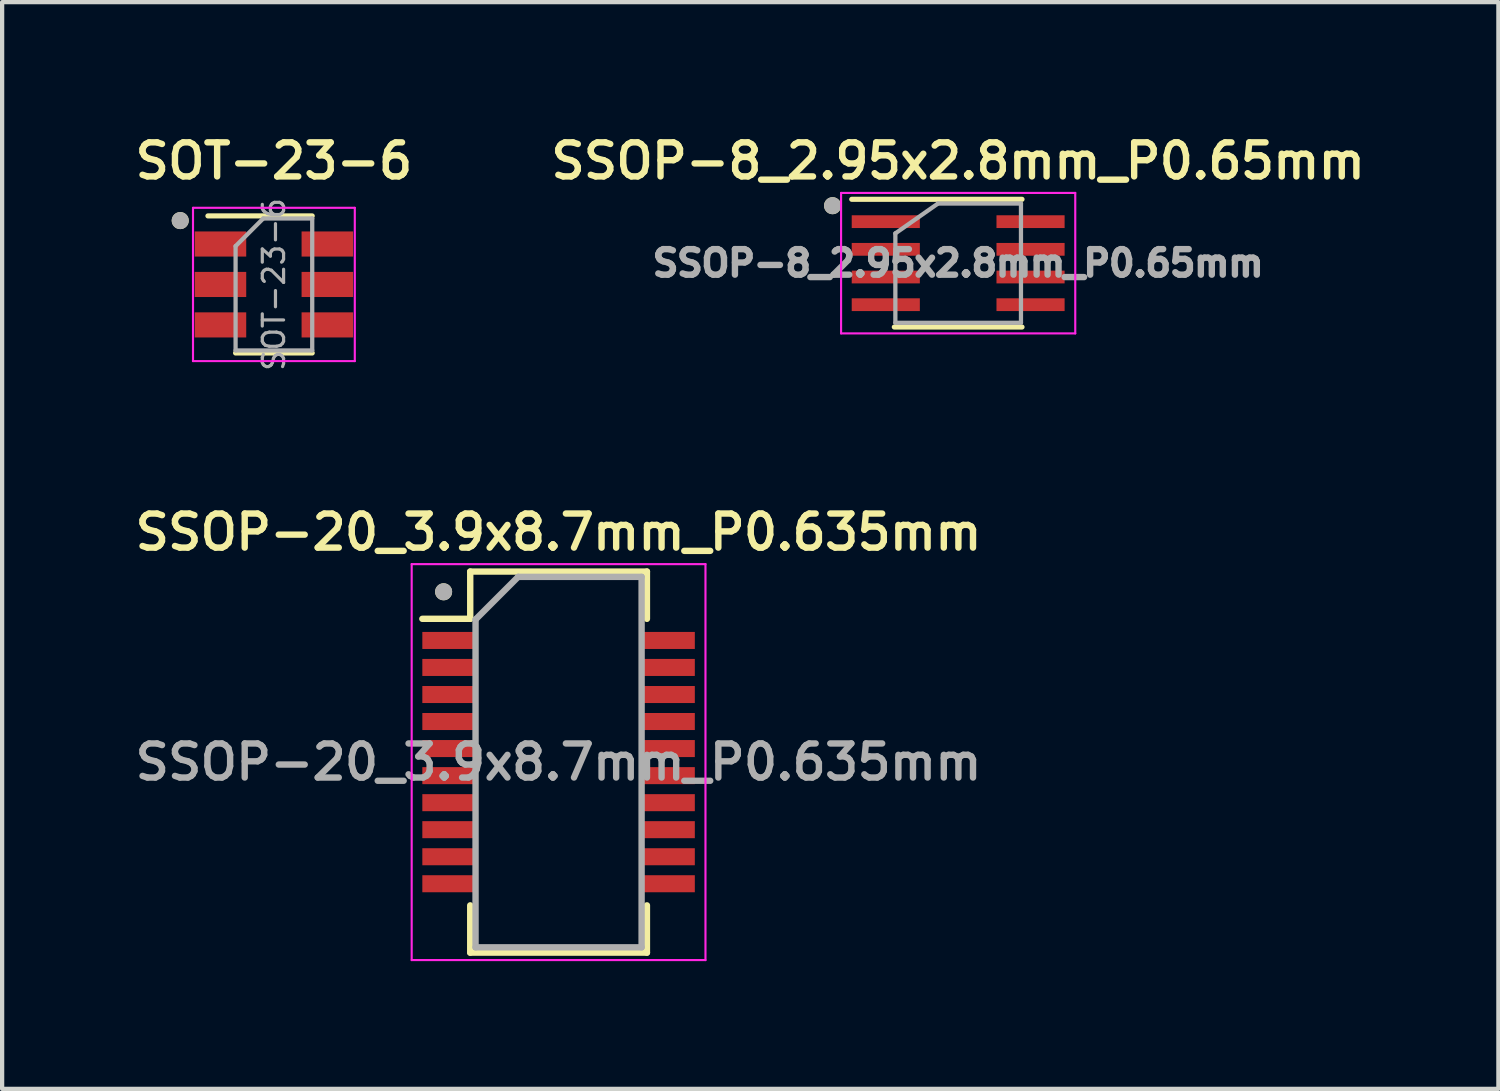
<source format=kicad_pcb>
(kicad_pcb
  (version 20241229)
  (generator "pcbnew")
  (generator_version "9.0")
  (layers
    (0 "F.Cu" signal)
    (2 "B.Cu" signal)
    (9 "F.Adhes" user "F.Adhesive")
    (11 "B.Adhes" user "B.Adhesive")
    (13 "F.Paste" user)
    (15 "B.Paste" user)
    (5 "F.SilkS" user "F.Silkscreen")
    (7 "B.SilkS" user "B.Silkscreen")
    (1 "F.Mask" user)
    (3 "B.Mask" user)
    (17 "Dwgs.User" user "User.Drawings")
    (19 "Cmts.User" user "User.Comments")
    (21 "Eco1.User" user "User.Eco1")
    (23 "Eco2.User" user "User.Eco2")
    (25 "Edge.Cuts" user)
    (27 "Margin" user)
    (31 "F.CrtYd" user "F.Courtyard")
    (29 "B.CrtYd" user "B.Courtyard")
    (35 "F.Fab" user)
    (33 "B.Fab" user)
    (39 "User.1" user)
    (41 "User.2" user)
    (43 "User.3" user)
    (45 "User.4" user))
  (footprint "SOT-23-6"
    (layer "F.Cu")
    (at 3.383 3.631)
    (property "Reference" "SOT-23-6" (at 0 -2.9 0) (layer "F.SilkS") (effects (font (size 0.8 0.8) (thickness 0.15))))
    (attr smd)
    (fp_line (start -0.9 1.61) (end 0.9 1.61) (stroke (width 0.12) (type solid)) (layer "F.SilkS"))
    (fp_line (start 0.9 -1.61) (end -1.55 -1.61) (stroke (width 0.12) (type solid)) (layer "F.SilkS"))
    (fp_circle (center -2.2 -1.5) (end -2.1 -1.5) (stroke (width 0.2) (type solid)) (fill no) (layer "F.SilkS"))
    (fp_line (start -1.9 -1.8) (end -1.9 1.8) (stroke (width 0.05) (type solid)) (layer "F.CrtYd"))
    (fp_line (start -1.9 1.8) (end 1.9 1.8) (stroke (width 0.05) (type solid)) (layer "F.CrtYd"))
    (fp_line (start 1.9 -1.8) (end -1.9 -1.8) (stroke (width 0.05) (type solid)) (layer "F.CrtYd"))
    (fp_line (start 1.9 1.8) (end 1.9 -1.8) (stroke (width 0.05) (type solid)) (layer "F.CrtYd"))
    (fp_line (start -0.9 -0.9) (end -0.9 1.55) (stroke (width 0.1) (type solid)) (layer "F.Fab"))
    (fp_line (start -0.9 -0.9) (end -0.25 -1.55) (stroke (width 0.1) (type solid)) (layer "F.Fab"))
    (fp_line (start 0.9 -1.55) (end -0.25 -1.55) (stroke (width 0.1) (type solid)) (layer "F.Fab"))
    (fp_line (start 0.9 -1.55) (end 0.9 1.55) (stroke (width 0.1) (type solid)) (layer "F.Fab"))
    (fp_line (start 0.9 1.55) (end -0.9 1.55) (stroke (width 0.1) (type solid)) (layer "F.Fab"))
    (fp_circle (center -2.2 -1.5) (end -2.1 -1.5) (stroke (width 0.2) (type solid)) (fill no) (layer "F.Fab"))
    (fp_text user "${REFERENCE}" (at 0 0 90) (layer "F.Fab") (effects (font (size 0.5 0.5) (thickness 0.075))))
    (pad "1" smd rect (at -1.255 -0.95) (size 1.21 0.59) (layers "F.Cu" "F.Mask" "F.Paste"))
    (pad "2" smd rect (at -1.255 0) (size 1.21 0.59) (layers "F.Cu" "F.Mask" "F.Paste"))
    (pad "3" smd rect (at -1.255 0.95) (size 1.21 0.59) (layers "F.Cu" "F.Mask" "F.Paste"))
    (pad "4" smd rect (at 1.255 0.95) (size 1.21 0.59) (layers "F.Cu" "F.Mask" "F.Paste"))
    (pad "5" smd rect (at 1.255 0) (size 1.21 0.59) (layers "F.Cu" "F.Mask" "F.Paste"))
    (pad "6" smd rect (at 1.255 -0.95) (size 1.21 0.59) (layers "F.Cu" "F.Mask" "F.Paste")))
  (footprint "SSOP-20_3.9x8.7mm_P0.635mm"
    (layer "F.Cu")
    (at 10.069 14.849)
    (property "Reference" "SSOP-20_3.9x8.7mm_P0.635mm" (at 0 -5.4 0) (layer "F.SilkS") (effects (font (size 0.8 0.8) (thickness 0.15))))
    (attr smd)
    (fp_line (start -2.075 -4.475) (end 2.075 -4.475) (stroke (width 0.15) (type solid)) (layer "F.SilkS"))
    (fp_line (start -2.075 -3.365) (end -3.2 -3.365) (stroke (width 0.15) (type solid)) (layer "F.SilkS"))
    (fp_line (start -2.075 -3.365) (end -2.075 -4.475) (stroke (width 0.15) (type solid)) (layer "F.SilkS"))
    (fp_line (start -2.075 4.475) (end -2.075 3.365) (stroke (width 0.15) (type solid)) (layer "F.SilkS"))
    (fp_line (start -2.075 4.475) (end 2.075 4.475) (stroke (width 0.15) (type solid)) (layer "F.SilkS"))
    (fp_line (start 2.075 -4.475) (end 2.075 -3.365) (stroke (width 0.15) (type solid)) (layer "F.SilkS"))
    (fp_line (start 2.075 4.475) (end 2.075 3.365) (stroke (width 0.15) (type solid)) (layer "F.SilkS"))
    (fp_circle (center -2.7 -4) (end -2.6 -4) (stroke (width 0.2) (type solid)) (fill no) (layer "F.SilkS"))
    (fp_line (start -3.45 -4.65) (end -3.45 4.65) (stroke (width 0.05) (type solid)) (layer "F.CrtYd"))
    (fp_line (start -3.45 -4.65) (end 3.45 -4.65) (stroke (width 0.05) (type solid)) (layer "F.CrtYd"))
    (fp_line (start -3.45 4.65) (end 3.45 4.65) (stroke (width 0.05) (type solid)) (layer "F.CrtYd"))
    (fp_line (start 3.45 -4.65) (end 3.45 4.65) (stroke (width 0.05) (type solid)) (layer "F.CrtYd"))
    (fp_line (start -1.95 -3.35) (end -0.95 -4.35) (stroke (width 0.15) (type solid)) (layer "F.Fab"))
    (fp_line (start -1.95 4.35) (end -1.95 -3.35) (stroke (width 0.15) (type solid)) (layer "F.Fab"))
    (fp_line (start -0.95 -4.35) (end 1.95 -4.35) (stroke (width 0.15) (type solid)) (layer "F.Fab"))
    (fp_line (start 1.95 -4.35) (end 1.95 4.35) (stroke (width 0.15) (type solid)) (layer "F.Fab"))
    (fp_line (start 1.95 4.35) (end -1.95 4.35) (stroke (width 0.15) (type solid)) (layer "F.Fab"))
    (fp_circle (center -2.7 -4) (end -2.6 -4) (stroke (width 0.2) (type solid)) (fill no) (layer "F.Fab"))
    (fp_text user "${REFERENCE}" (at 0 0 0) (layer "F.Fab") (effects (font (size 0.8 0.8) (thickness 0.15))))
    (pad "1" smd rect (at -2.6 -2.857) (size 1.2 0.4) (layers "F.Cu" "F.Mask" "F.Paste"))
    (pad "2" smd rect (at -2.6 -2.223) (size 1.2 0.4) (layers "F.Cu" "F.Mask" "F.Paste"))
    (pad "3" smd rect (at -2.6 -1.587) (size 1.2 0.4) (layers "F.Cu" "F.Mask" "F.Paste"))
    (pad "4" smd rect (at -2.6 -0.953) (size 1.2 0.4) (layers "F.Cu" "F.Mask" "F.Paste"))
    (pad "5" smd rect (at -2.6 -0.318) (size 1.2 0.4) (layers "F.Cu" "F.Mask" "F.Paste"))
    (pad "6" smd rect (at -2.6 0.318) (size 1.2 0.4) (layers "F.Cu" "F.Mask" "F.Paste"))
    (pad "7" smd rect (at -2.6 0.953) (size 1.2 0.4) (layers "F.Cu" "F.Mask" "F.Paste"))
    (pad "8" smd rect (at -2.6 1.587) (size 1.2 0.4) (layers "F.Cu" "F.Mask" "F.Paste"))
    (pad "9" smd rect (at -2.6 2.223) (size 1.2 0.4) (layers "F.Cu" "F.Mask" "F.Paste"))
    (pad "10" smd rect (at -2.6 2.857) (size 1.2 0.4) (layers "F.Cu" "F.Mask" "F.Paste"))
    (pad "11" smd rect (at 2.6 2.857) (size 1.2 0.4) (layers "F.Cu" "F.Mask" "F.Paste"))
    (pad "12" smd rect (at 2.6 2.223) (size 1.2 0.4) (layers "F.Cu" "F.Mask" "F.Paste"))
    (pad "13" smd rect (at 2.6 1.587) (size 1.2 0.4) (layers "F.Cu" "F.Mask" "F.Paste"))
    (pad "14" smd rect (at 2.6 0.953) (size 1.2 0.4) (layers "F.Cu" "F.Mask" "F.Paste"))
    (pad "15" smd rect (at 2.6 0.318) (size 1.2 0.4) (layers "F.Cu" "F.Mask" "F.Paste"))
    (pad "16" smd rect (at 2.6 -0.318) (size 1.2 0.4) (layers "F.Cu" "F.Mask" "F.Paste"))
    (pad "17" smd rect (at 2.6 -0.953) (size 1.2 0.4) (layers "F.Cu" "F.Mask" "F.Paste"))
    (pad "18" smd rect (at 2.6 -1.587) (size 1.2 0.4) (layers "F.Cu" "F.Mask" "F.Paste"))
    (pad "19" smd rect (at 2.6 -2.223) (size 1.2 0.4) (layers "F.Cu" "F.Mask" "F.Paste"))
    (pad "20" smd rect (at 2.6 -2.857) (size 1.2 0.4) (layers "F.Cu" "F.Mask" "F.Paste")))
  (footprint "SSOP-8_2.95x2.8mm_P0.65mm"
    (layer "F.Cu")
    (at 19.454 3.131)
    (property "Reference" "SSOP-8_2.95x2.8mm_P0.65mm" (at 0 -2.4 0) (layer "F.SilkS") (effects (font (size 0.8 0.8) (thickness 0.15))))
    (attr smd)
    (fp_line (start 1.5 -1.5) (end -2.5 -1.5) (stroke (width 0.12) (type solid)) (layer "F.SilkS"))
    (fp_line (start 1.5 1.5) (end -1.5 1.5) (stroke (width 0.12) (type solid)) (layer "F.SilkS"))
    (fp_circle (center -2.95 -1.35) (end -2.85 -1.35) (stroke (width 0.2) (type solid)) (fill no) (layer "F.SilkS"))
    (fp_line (start -2.75 -1.65) (end 2.75 -1.65) (stroke (width 0.05) (type solid)) (layer "F.CrtYd"))
    (fp_line (start -2.75 1.65) (end -2.75 -1.65) (stroke (width 0.05) (type solid)) (layer "F.CrtYd"))
    (fp_line (start 2.75 -1.65) (end 2.75 1.65) (stroke (width 0.05) (type solid)) (layer "F.CrtYd"))
    (fp_line (start 2.75 1.65) (end -2.75 1.65) (stroke (width 0.05) (type solid)) (layer "F.CrtYd"))
    (fp_line (start -1.475 1.4) (end -1.475 -0.7) (stroke (width 0.1) (type solid)) (layer "F.Fab"))
    (fp_line (start -0.475 -1.4) (end -1.475 -0.7) (stroke (width 0.1) (type solid)) (layer "F.Fab"))
    (fp_line (start -0.475 -1.4) (end 1.475 -1.4) (stroke (width 0.1) (type solid)) (layer "F.Fab"))
    (fp_line (start 1.475 -1.4) (end 1.475 1.4) (stroke (width 0.1) (type solid)) (layer "F.Fab"))
    (fp_line (start 1.475 1.4) (end -1.475 1.4) (stroke (width 0.1) (type solid)) (layer "F.Fab"))
    (fp_circle (center -2.95 -1.35) (end -2.85 -1.35) (stroke (width 0.2) (type solid)) (fill no) (layer "F.Fab"))
    (fp_text user "${REFERENCE}" (at 0 0 0) (layer "F.Fab") (effects (font (size 0.6 0.6) (thickness 0.15))))
    (pad "1" smd rect (at -1.7 -0.975 270) (size 0.3 1.6) (layers "F.Cu" "F.Mask" "F.Paste"))
    (pad "2" smd rect (at -1.7 -0.325 270) (size 0.3 1.6) (layers "F.Cu" "F.Mask" "F.Paste"))
    (pad "3" smd rect (at -1.7 0.325 270) (size 0.3 1.6) (layers "F.Cu" "F.Mask" "F.Paste"))
    (pad "4" smd rect (at -1.7 0.975 270) (size 0.3 1.6) (layers "F.Cu" "F.Mask" "F.Paste"))
    (pad "5" smd rect (at 1.7 0.975 270) (size 0.3 1.6) (layers "F.Cu" "F.Mask" "F.Paste"))
    (pad "6" smd rect (at 1.7 0.325 270) (size 0.3 1.6) (layers "F.Cu" "F.Mask" "F.Paste"))
    (pad "7" smd rect (at 1.7 -0.325 270) (size 0.3 1.6) (layers "F.Cu" "F.Mask" "F.Paste"))
    (pad "8" smd rect (at 1.7 -0.975 270) (size 0.3 1.6) (layers "F.Cu" "F.Mask" "F.Paste")))
  (gr_rect
    (start -3 -3)
    (end 32.142 22.524)
    (stroke (width 0.1) (type default))
    (fill no)
    (layer "Edge.Cuts")))
</source>
